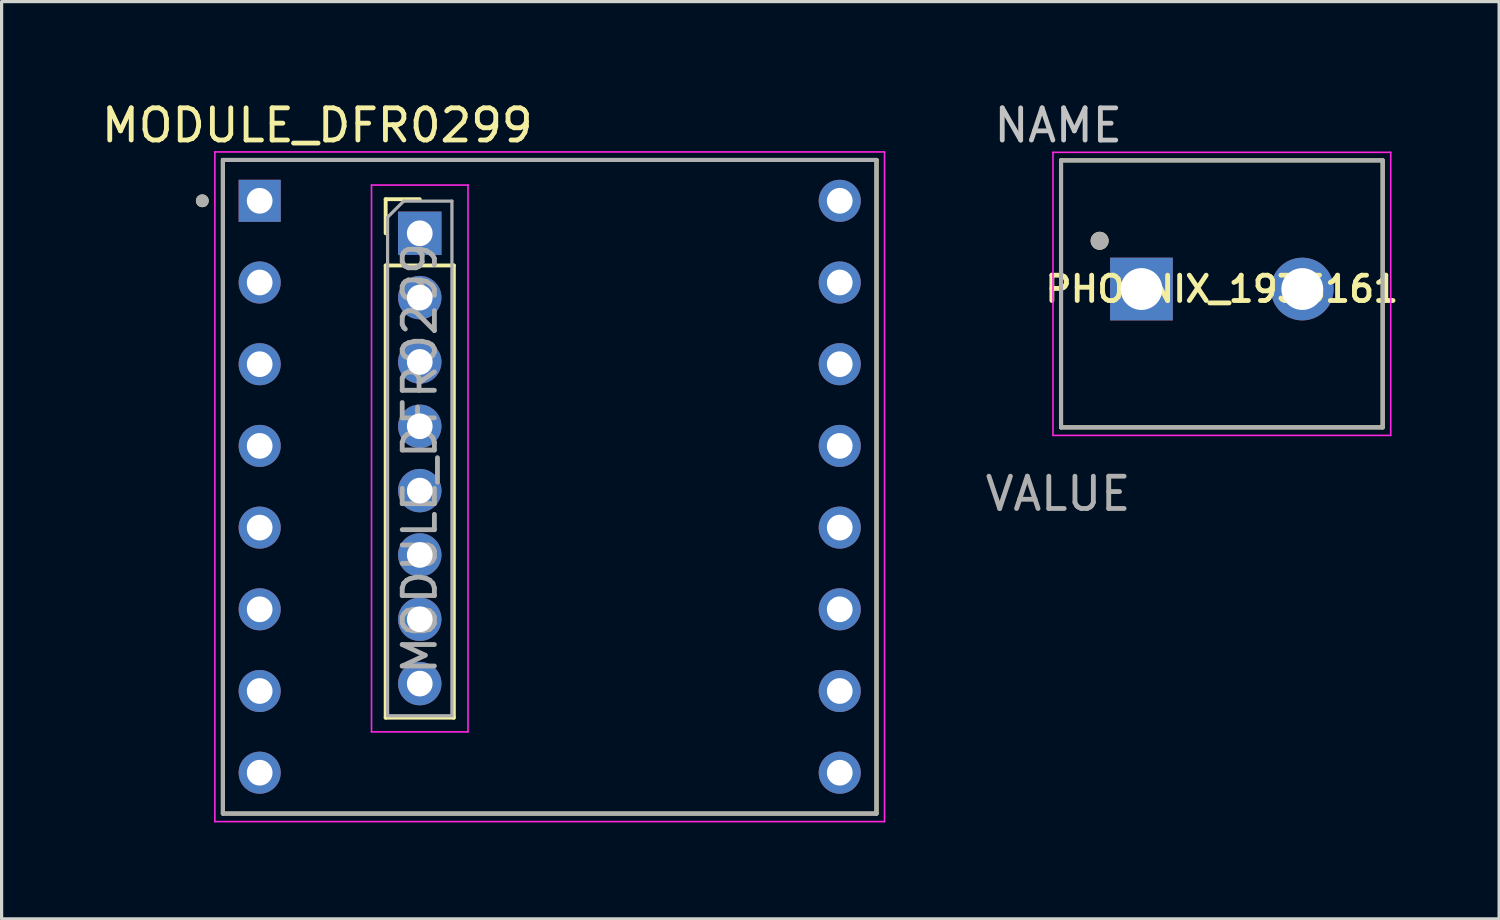
<source format=kicad_pcb>
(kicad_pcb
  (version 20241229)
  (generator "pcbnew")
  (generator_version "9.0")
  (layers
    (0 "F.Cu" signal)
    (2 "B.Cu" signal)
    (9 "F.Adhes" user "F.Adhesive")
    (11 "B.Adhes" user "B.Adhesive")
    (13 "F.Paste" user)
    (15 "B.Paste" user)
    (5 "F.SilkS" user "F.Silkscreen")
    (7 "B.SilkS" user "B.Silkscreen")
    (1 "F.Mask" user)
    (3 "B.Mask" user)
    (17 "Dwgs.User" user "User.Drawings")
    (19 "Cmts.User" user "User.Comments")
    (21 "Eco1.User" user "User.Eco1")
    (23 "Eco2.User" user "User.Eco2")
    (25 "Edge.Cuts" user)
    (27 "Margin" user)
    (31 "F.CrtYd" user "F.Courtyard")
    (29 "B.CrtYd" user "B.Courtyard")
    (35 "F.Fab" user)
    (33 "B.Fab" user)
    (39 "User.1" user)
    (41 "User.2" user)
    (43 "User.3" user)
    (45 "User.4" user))
  (footprint "MODULE_DFR0299"
    (layer "F.Cu")
    (at 14.04 12.083)
    (property "Reference" "MODULE_DFR0299" (at -7.225 -11.235 0) (layer "F.SilkS") (effects (font (size 1 1) (thickness 0.15))))
    (attr through_hole)
    (fp_line (start -10.16 -10.16) (end 10.16 -10.16) (stroke (width 0.127) (type solid)) (layer "F.SilkS"))
    (fp_line (start -10.16 10.16) (end -10.16 -10.16) (stroke (width 0.127) (type solid)) (layer "F.SilkS"))
    (fp_line (start -5.1 -8.94) (end -4.04 -8.94) (stroke (width 0.12) (type solid)) (layer "F.SilkS"))
    (fp_line (start -5.1 -7.88) (end -5.1 -8.94) (stroke (width 0.12) (type solid)) (layer "F.SilkS"))
    (fp_line (start -5.1 -6.88) (end -5.1 7.18) (stroke (width 0.12) (type solid)) (layer "F.SilkS"))
    (fp_line (start -5.1 -6.88) (end -2.98 -6.88) (stroke (width 0.12) (type solid)) (layer "F.SilkS"))
    (fp_line (start -5.1 7.18) (end -2.98 7.18) (stroke (width 0.12) (type solid)) (layer "F.SilkS"))
    (fp_line (start -2.98 -6.88) (end -2.98 7.18) (stroke (width 0.12) (type solid)) (layer "F.SilkS"))
    (fp_line (start 10.16 -10.16) (end 10.16 10.16) (stroke (width 0.127) (type solid)) (layer "F.SilkS"))
    (fp_line (start 10.16 10.16) (end -10.16 10.16) (stroke (width 0.127) (type solid)) (layer "F.SilkS"))
    (fp_circle (center -10.8 -8.89) (end -10.7 -8.89) (stroke (width 0.2) (type solid)) (fill no) (layer "F.SilkS"))
    (fp_line (start -10.41 -10.41) (end 10.41 -10.41) (stroke (width 0.05) (type solid)) (layer "F.CrtYd"))
    (fp_line (start -10.41 10.41) (end -10.41 -10.41) (stroke (width 0.05) (type solid)) (layer "F.CrtYd"))
    (fp_line (start -5.54 -9.38) (end -5.54 7.62) (stroke (width 0.05) (type solid)) (layer "F.CrtYd"))
    (fp_line (start -5.54 7.62) (end -2.54 7.62) (stroke (width 0.05) (type solid)) (layer "F.CrtYd"))
    (fp_line (start -2.54 -9.38) (end -5.54 -9.38) (stroke (width 0.05) (type solid)) (layer "F.CrtYd"))
    (fp_line (start -2.54 7.62) (end -2.54 -9.38) (stroke (width 0.05) (type solid)) (layer "F.CrtYd"))
    (fp_line (start 10.41 -10.41) (end 10.41 10.41) (stroke (width 0.05) (type solid)) (layer "F.CrtYd"))
    (fp_line (start 10.41 10.41) (end -10.41 10.41) (stroke (width 0.05) (type solid)) (layer "F.CrtYd"))
    (fp_line (start -10.16 -10.16) (end 10.16 -10.16) (stroke (width 0.127) (type solid)) (layer "F.Fab"))
    (fp_line (start -10.16 10.16) (end -10.16 -10.16) (stroke (width 0.127) (type solid)) (layer "F.Fab"))
    (fp_line (start -5.04 -8.38) (end -4.54 -8.88) (stroke (width 0.1) (type solid)) (layer "F.Fab"))
    (fp_line (start -5.04 7.12) (end -5.04 -8.38) (stroke (width 0.1) (type solid)) (layer "F.Fab"))
    (fp_line (start -4.54 -8.88) (end -3.04 -8.88) (stroke (width 0.1) (type solid)) (layer "F.Fab"))
    (fp_line (start -3.04 -8.88) (end -3.04 7.12) (stroke (width 0.1) (type solid)) (layer "F.Fab"))
    (fp_line (start -3.04 7.12) (end -5.04 7.12) (stroke (width 0.1) (type solid)) (layer "F.Fab"))
    (fp_line (start 10.16 -10.16) (end 10.16 10.16) (stroke (width 0.127) (type solid)) (layer "F.Fab"))
    (fp_line (start 10.16 10.16) (end -10.16 10.16) (stroke (width 0.127) (type solid)) (layer "F.Fab"))
    (fp_circle (center -10.8 -8.89) (end -10.7 -8.89) (stroke (width 0.2) (type solid)) (fill no) (layer "F.Fab"))
    (fp_text user "${REFERENCE}" (at -4.04 -0.88 90) (layer "F.Fab") (effects (font (size 1 1) (thickness 0.15))))
    (pad "1" thru_hole rect (at -9.017 -8.89) (size 1.308 1.308) (drill 0.8) (layers "*.Cu" "*.Mask"))
    (pad "1" thru_hole rect (at -4.04 -7.88) (size 1.35 1.35) (drill 0.8) (layers "*.Cu" "*.Mask"))
    (pad "2" thru_hole circle (at -9.017 -6.35) (size 1.308 1.308) (drill 0.8) (layers "*.Cu" "*.Mask"))
    (pad "2" thru_hole oval (at -4.04 -5.88) (size 1.35 1.35) (drill 0.8) (layers "*.Cu" "*.Mask"))
    (pad "3" thru_hole circle (at -9.017 -3.81) (size 1.308 1.308) (drill 0.8) (layers "*.Cu" "*.Mask"))
    (pad "3" thru_hole oval (at -4.04 -3.88) (size 1.35 1.35) (drill 0.8) (layers "*.Cu" "*.Mask"))
    (pad "4" thru_hole circle (at -9.017 -1.27) (size 1.308 1.308) (drill 0.8) (layers "*.Cu" "*.Mask"))
    (pad "4" thru_hole oval (at -4.04 -1.88) (size 1.35 1.35) (drill 0.8) (layers "*.Cu" "*.Mask"))
    (pad "5" thru_hole circle (at -9.017 1.27) (size 1.308 1.308) (drill 0.8) (layers "*.Cu" "*.Mask"))
    (pad "5" thru_hole oval (at -4.04 0.12) (size 1.35 1.35) (drill 0.8) (layers "*.Cu" "*.Mask"))
    (pad "6" thru_hole circle (at -9.017 3.81) (size 1.308 1.308) (drill 0.8) (layers "*.Cu" "*.Mask"))
    (pad "6" thru_hole oval (at -4.04 2.12) (size 1.35 1.35) (drill 0.8) (layers "*.Cu" "*.Mask"))
    (pad "7" thru_hole circle (at -9.017 6.35) (size 1.308 1.308) (drill 0.8) (layers "*.Cu" "*.Mask"))
    (pad "7" thru_hole oval (at -4.04 4.12) (size 1.35 1.35) (drill 0.8) (layers "*.Cu" "*.Mask"))
    (pad "8" thru_hole circle (at -9.017 8.89) (size 1.308 1.308) (drill 0.8) (layers "*.Cu" "*.Mask"))
    (pad "8" thru_hole oval (at -4.04 6.12) (size 1.35 1.35) (drill 0.8) (layers "*.Cu" "*.Mask"))
    (pad "9" thru_hole circle (at 9.017 8.89) (size 1.308 1.308) (drill 0.8) (layers "*.Cu" "*.Mask"))
    (pad "10" thru_hole circle (at 9.017 6.35) (size 1.308 1.308) (drill 0.8) (layers "*.Cu" "*.Mask"))
    (pad "11" thru_hole circle (at 9.017 3.81) (size 1.308 1.308) (drill 0.8) (layers "*.Cu" "*.Mask"))
    (pad "12" thru_hole circle (at 9.017 1.27) (size 1.308 1.308) (drill 0.8) (layers "*.Cu" "*.Mask"))
    (pad "13" thru_hole circle (at 9.017 -1.27) (size 1.308 1.308) (drill 0.8) (layers "*.Cu" "*.Mask"))
    (pad "14" thru_hole circle (at 9.017 -3.81) (size 1.308 1.308) (drill 0.8) (layers "*.Cu" "*.Mask"))
    (pad "15" thru_hole circle (at 9.017 -6.35) (size 1.308 1.308) (drill 0.8) (layers "*.Cu" "*.Mask"))
    (pad "16" thru_hole circle (at 9.017 -8.89) (size 1.308 1.308) (drill 0.8) (layers "*.Cu" "*.Mask")))
  (footprint "PHOENIX_1935161"
    (layer "F.Cu")
    (at 34.937 5.936)
    (property "Reference" "PHOENIX_1935161" (at 0 0 0) (layer "F.SilkS") (effects (font (size 0.787 0.787) (thickness 0.15))))
    (attr through_hole)
    (fp_line (start -5 -4) (end 5 -4) (stroke (width 0.127) (type solid)) (layer "F.SilkS"))
    (fp_line (start -5 4.3) (end -5 -4) (stroke (width 0.127) (type solid)) (layer "F.SilkS"))
    (fp_line (start 5 -4) (end 5 4.3) (stroke (width 0.127) (type solid)) (layer "F.SilkS"))
    (fp_line (start 5 4.3) (end -5 4.3) (stroke (width 0.127) (type solid)) (layer "F.SilkS"))
    (fp_circle (center -3.8 -1.5) (end -3.66 -1.5) (stroke (width 0.28) (type solid)) (fill no) (layer "F.SilkS"))
    (fp_line (start -5.25 -4.25) (end 5.25 -4.25) (stroke (width 0.05) (type solid)) (layer "F.CrtYd"))
    (fp_line (start -5.25 4.55) (end -5.25 -4.25) (stroke (width 0.05) (type solid)) (layer "F.CrtYd"))
    (fp_line (start 5.25 -4.25) (end 5.25 4.55) (stroke (width 0.05) (type solid)) (layer "F.CrtYd"))
    (fp_line (start 5.25 4.55) (end -5.25 4.55) (stroke (width 0.05) (type solid)) (layer "F.CrtYd"))
    (fp_line (start -5 -4) (end 5 -4) (stroke (width 0.127) (type solid)) (layer "F.Fab"))
    (fp_line (start -5 4.3) (end -5 -4) (stroke (width 0.127) (type solid)) (layer "F.Fab"))
    (fp_line (start 5 -4) (end 5 4.3) (stroke (width 0.127) (type solid)) (layer "F.Fab"))
    (fp_line (start 5 4.3) (end -5 4.3) (stroke (width 0.127) (type solid)) (layer "F.Fab"))
    (fp_circle (center -3.8 -1.5) (end -3.66 -1.5) (stroke (width 0.28) (type solid)) (fill no) (layer "F.Fab"))
    (fp_text user "NAME" (at -5.087 -5.087 0) (layer "Dwgs.User") (effects (font (size 1.001 1.001) (thickness 0.15))))
    (fp_text user "VALUE" (at -5.093 6.366 0) (layer "F.Fab") (effects (font (size 1.003 1.003) (thickness 0.15))))
    (pad "1" thru_hole rect (at -2.5 0) (size 1.95 1.95) (drill 1.3) (layers "*.Cu" "*.Mask"))
    (pad "2" thru_hole circle (at 2.5 0) (size 1.95 1.95) (drill 1.3) (layers "*.Cu" "*.Mask")))
  (gr_rect
    (start -3 -3)
    (end 43.557 25.518)
    (stroke (width 0.1) (type default))
    (fill no)
    (layer "Edge.Cuts")))
</source>
